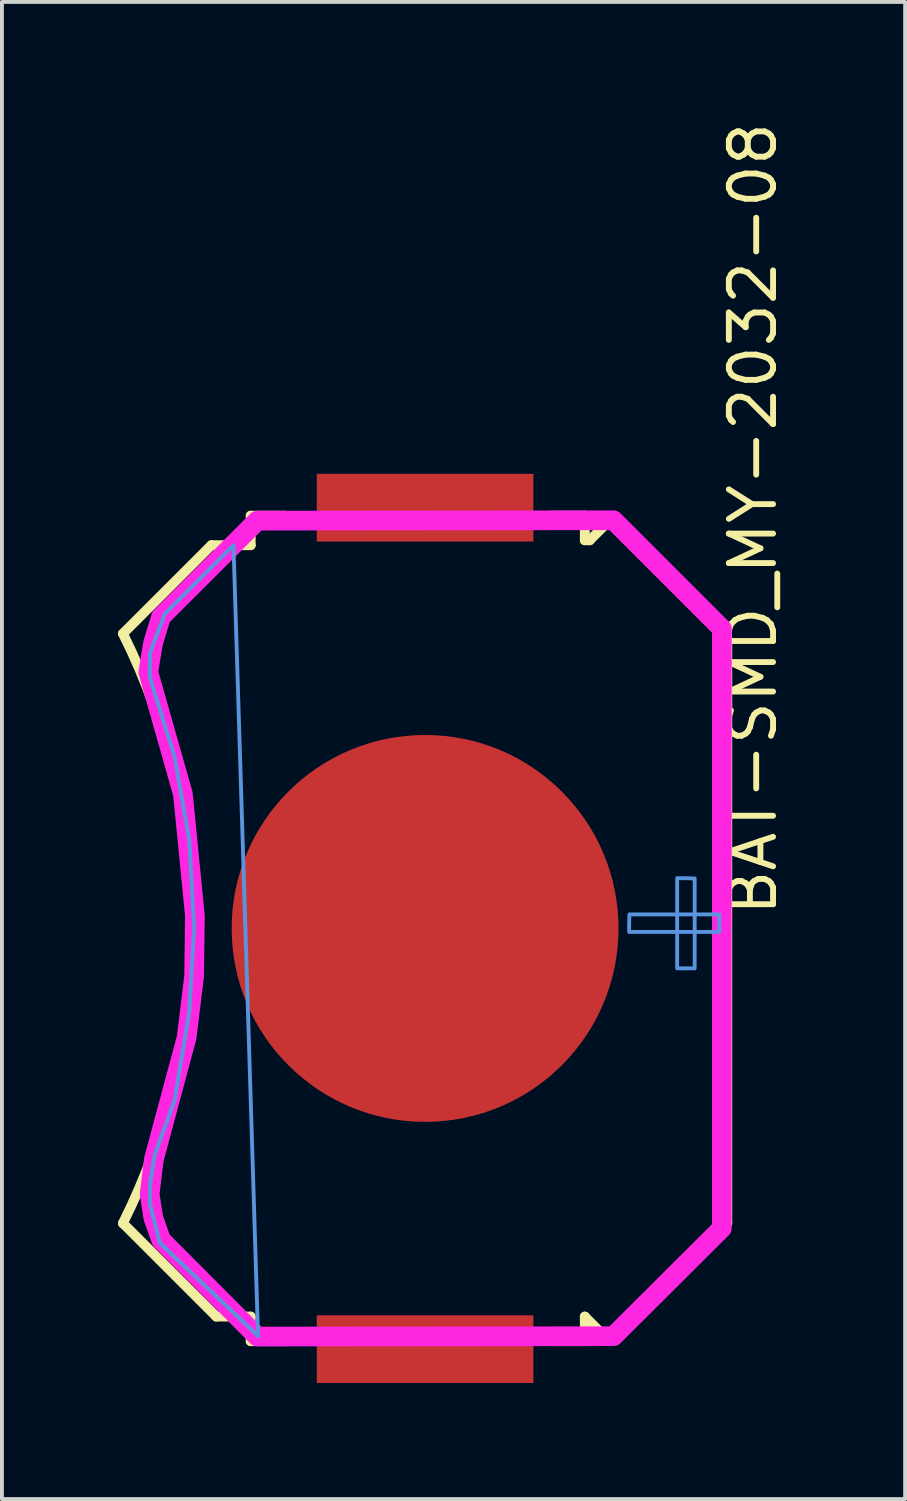
<source format=kicad_pcb>
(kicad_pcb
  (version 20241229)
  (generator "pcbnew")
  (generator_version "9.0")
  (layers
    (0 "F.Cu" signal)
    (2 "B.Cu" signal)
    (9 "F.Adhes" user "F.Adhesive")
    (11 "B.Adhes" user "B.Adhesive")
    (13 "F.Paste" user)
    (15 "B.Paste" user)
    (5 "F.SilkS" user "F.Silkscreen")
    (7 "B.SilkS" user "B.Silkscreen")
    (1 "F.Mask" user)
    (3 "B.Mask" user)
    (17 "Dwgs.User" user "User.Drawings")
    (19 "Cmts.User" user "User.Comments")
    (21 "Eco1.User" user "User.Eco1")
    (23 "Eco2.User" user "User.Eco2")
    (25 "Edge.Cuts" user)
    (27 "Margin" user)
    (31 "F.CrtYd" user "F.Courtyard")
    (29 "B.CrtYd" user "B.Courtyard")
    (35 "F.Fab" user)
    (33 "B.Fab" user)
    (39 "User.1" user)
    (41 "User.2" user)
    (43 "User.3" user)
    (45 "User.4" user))
  (footprint "BAT-SMD_MY-2032-08"
    (layer "F.Cu")
    (at 7.938 20.948)
    (property "Reference" "BAT-SMD_MY-2032-08" (at 8.473 -0.254 270) (layer "F.SilkS") (effects (font (size 1.143 1.143) (thickness 0.152)) (justify left)))
    (attr through_hole)
    (fp_line (start -5.524 -9.906) (end -7.811 -7.62) (stroke (width 0.254) (type solid)) (layer "F.SilkS"))
    (fp_line (start -5.397 10.033) (end -7.811 7.62) (stroke (width 0.254) (type solid)) (layer "F.SilkS"))
    (fp_line (start -4.508 -10.668) (end -4.508 -9.906) (stroke (width 0.254) (type solid)) (layer "F.SilkS"))
    (fp_line (start -4.508 -9.906) (end -5.524 -9.906) (stroke (width 0.254) (type solid)) (layer "F.SilkS"))
    (fp_line (start -4.508 10.033) (end -5.397 10.033) (stroke (width 0.254) (type solid)) (layer "F.SilkS"))
    (fp_line (start -4.508 10.668) (end -4.508 10.033) (stroke (width 0.254) (type solid)) (layer "F.SilkS"))
    (fp_line (start -3.622 10.668) (end -4.508 10.668) (stroke (width 0.254) (type solid)) (layer "F.SilkS"))
    (fp_line (start -3.619 -10.668) (end -4.508 -10.668) (stroke (width 0.254) (type solid)) (layer "F.SilkS"))
    (fp_line (start 3.239 -10.668) (end 4.128 -10.668) (stroke (width 0.254) (type solid)) (layer "F.SilkS"))
    (fp_line (start 3.239 10.668) (end 4.128 10.668) (stroke (width 0.254) (type solid)) (layer "F.SilkS"))
    (fp_line (start 4.128 -10.668) (end 4.128 -10.033) (stroke (width 0.254) (type solid)) (layer "F.SilkS"))
    (fp_line (start 4.128 -10.033) (end 4.255 -10.033) (stroke (width 0.254) (type solid)) (layer "F.SilkS"))
    (fp_line (start 4.128 10.033) (end 4.763 10.668) (stroke (width 0.254) (type solid)) (layer "F.SilkS"))
    (fp_line (start 4.128 10.668) (end 4.128 10.033) (stroke (width 0.254) (type solid)) (layer "F.SilkS"))
    (fp_line (start 4.255 -10.033) (end 4.763 -10.541) (stroke (width 0.254) (type solid)) (layer "F.SilkS"))
    (fp_line (start 4.763 -10.541) (end 7.684 -7.62) (stroke (width 0.254) (type solid)) (layer "F.SilkS"))
    (fp_line (start 4.763 10.668) (end 7.811 7.62) (stroke (width 0.254) (type solid)) (layer "F.SilkS"))
    (fp_line (start 7.577 -7.727) (end 7.811 -7.493) (stroke (width 0.254) (type solid)) (layer "F.SilkS"))
    (fp_line (start 7.811 7.62) (end 7.811 -7.493) (stroke (width 0.254) (type solid)) (layer "F.SilkS"))
    (fp_arc (start -7.8105 -7.619975) (mid -6.011661 0.000025) (end -7.8105 7.620025) (stroke (width 0.254) (type solid)) (layer "F.SilkS"))
    (fp_poly (pts (xy 5.282 -0.363) (xy 7.604 -0.363) (xy 7.604 0.091) (xy 5.274 0.091) (xy 5.274 -0.145)) (stroke (width 0.1) (type solid)) (fill no) (layer "Cmts.User"))
    (fp_poly (pts (xy 6.968 -1.291) (xy 6.968 1.032) (xy 6.515 1.032) (xy 6.515 -1.298) (xy 6.751 -1.298)) (stroke (width 0.1) (type solid)) (fill no) (layer "Cmts.User"))
    (fp_poly (pts (xy -5.715 -9.144) (xy -6.731 -8.128) (xy -7.112 -7.112) (xy -7.112 -6.477) (xy -6.477 -4.445) (xy -6.096 -2.286) (xy -5.969 0.000025) (xy -6.096 2.159) (xy -6.477 4.445) (xy -6.985 5.842) (xy -7.112 6.604) (xy -7.112 7.112) (xy -6.858 8.128) (xy -4.445 10.414) (xy -4.318 10.541) (xy -4.953 -9.906)) (stroke (width 0.1) (type solid)) (fill no) (layer "Cmts.User"))
    (fp_poly (pts (xy -4.335 -10.54) (xy 4.87 -10.55) (xy 7.67 -7.75) (xy 7.67 7.75) (xy 4.87 10.54) (xy -4.335 10.55) (xy -6.825 8.05) (xy -7.025 7.48) (xy -7.12 6.865) (xy -7.01 5.965) (xy -6.165 2.825) (xy -5.97 1.235) (xy -5.95 -0.33) (xy -6.26 -3.475) (xy -7.155 -6.625) (xy -7.035 -7.36) (xy -6.825 -8.055)) (stroke (width 0.508) (type solid)) (fill no) (layer "F.CrtYd"))
    (pad "1" smd rect (at 0 -10.875 90) (size 1.75 5.6) (layers "F.Cu" "F.Mask" "F.Paste"))
    (pad "1" smd rect (at 0 10.875 90) (size 1.75 5.6) (layers "F.Cu" "F.Mask" "F.Paste"))
    (pad "2" smd circle (at 0 0 90) (size 10 10) (layers "F.Cu" "F.Mask" "F.Paste")))
  (gr_rect
    (start -3 -3)
    (end 20.346 35.698)
    (stroke (width 0.1) (type default))
    (fill no)
    (layer "Edge.Cuts")))
</source>
